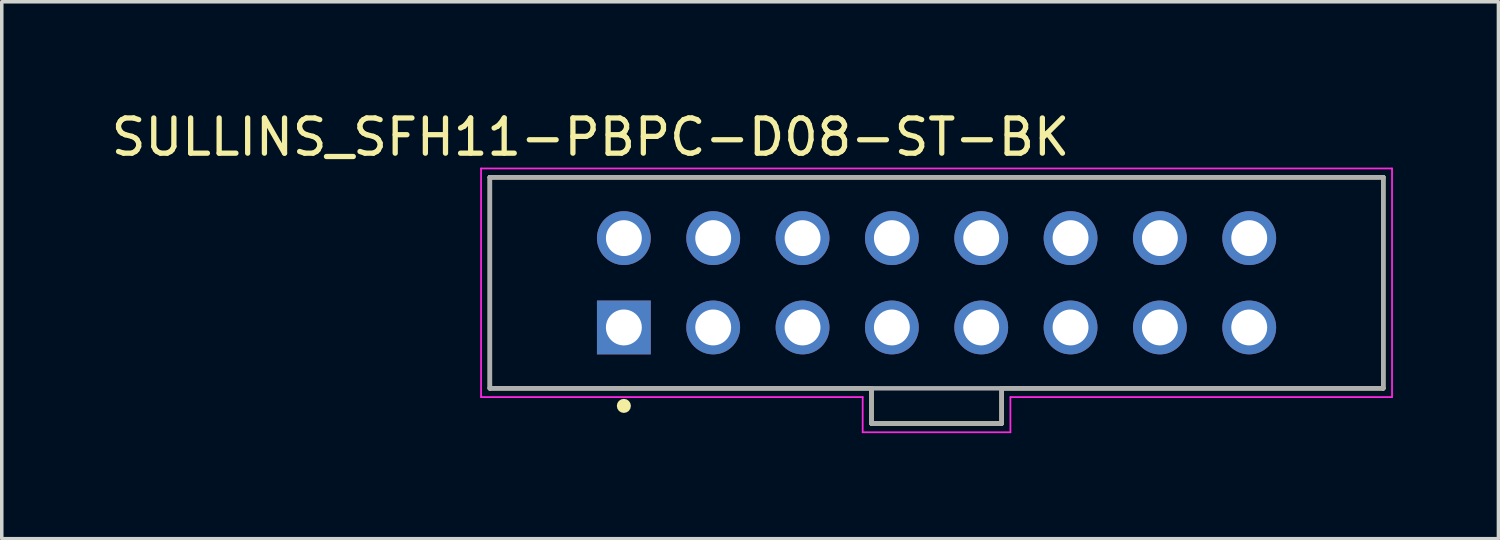
<source format=kicad_pcb>
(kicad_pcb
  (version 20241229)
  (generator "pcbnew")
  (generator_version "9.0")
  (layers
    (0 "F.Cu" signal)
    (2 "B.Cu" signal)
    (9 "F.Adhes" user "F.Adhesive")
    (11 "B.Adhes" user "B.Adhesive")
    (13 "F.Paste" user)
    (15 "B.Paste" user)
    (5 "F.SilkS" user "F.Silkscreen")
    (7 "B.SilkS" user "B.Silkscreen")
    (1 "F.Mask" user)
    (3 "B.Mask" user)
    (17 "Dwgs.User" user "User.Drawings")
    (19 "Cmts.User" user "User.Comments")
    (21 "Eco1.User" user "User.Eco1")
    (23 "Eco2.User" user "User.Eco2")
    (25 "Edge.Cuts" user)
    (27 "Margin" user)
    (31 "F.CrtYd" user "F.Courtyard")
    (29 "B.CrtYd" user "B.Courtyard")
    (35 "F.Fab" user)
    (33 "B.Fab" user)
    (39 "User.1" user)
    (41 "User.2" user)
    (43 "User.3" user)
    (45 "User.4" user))
  (footprint "SULLINS_SFH11-PBPC-D08-ST-BK"
    (layer "F.Cu")
    (at 23.577 4.99)
    (property "Reference" "SULLINS_SFH11-PBPC-D08-ST-BK" (at -9.838 -4.141 0) (layer "F.SilkS") (effects (font (size 1.001 1.001) (thickness 0.15))))
    (attr through_hole)
    (fp_line (start -12.7 -3) (end 12.7 -3) (stroke (width 0.127) (type solid)) (layer "F.SilkS"))
    (fp_line (start -12.7 3) (end -12.7 -3) (stroke (width 0.127) (type solid)) (layer "F.SilkS"))
    (fp_line (start -1.85 3) (end -12.7 3) (stroke (width 0.127) (type solid)) (layer "F.SilkS"))
    (fp_line (start -1.85 3) (end -1.85 4) (stroke (width 0.127) (type solid)) (layer "F.SilkS"))
    (fp_line (start -1.85 4) (end 1.85 4) (stroke (width 0.127) (type solid)) (layer "F.SilkS"))
    (fp_line (start 1.85 4) (end 1.85 3) (stroke (width 0.127) (type solid)) (layer "F.SilkS"))
    (fp_line (start 12.7 -3) (end 12.7 3) (stroke (width 0.127) (type solid)) (layer "F.SilkS"))
    (fp_line (start 12.7 3) (end 1.85 3) (stroke (width 0.127) (type solid)) (layer "F.SilkS"))
    (fp_circle (center -8.89 3.5) (end -8.79 3.5) (stroke (width 0.2) (type solid)) (fill no) (layer "F.SilkS"))
    (fp_line (start -12.95 -3.25) (end 12.95 -3.25) (stroke (width 0.05) (type solid)) (layer "F.CrtYd"))
    (fp_line (start -12.95 3.25) (end -12.95 -3.25) (stroke (width 0.05) (type solid)) (layer "F.CrtYd"))
    (fp_line (start -2.1 3.25) (end -12.95 3.25) (stroke (width 0.05) (type solid)) (layer "F.CrtYd"))
    (fp_line (start -2.1 4.25) (end -2.1 3.25) (stroke (width 0.05) (type solid)) (layer "F.CrtYd"))
    (fp_line (start 2.1 3.25) (end 2.1 4.25) (stroke (width 0.05) (type solid)) (layer "F.CrtYd"))
    (fp_line (start 2.1 4.25) (end -2.1 4.25) (stroke (width 0.05) (type solid)) (layer "F.CrtYd"))
    (fp_line (start 12.95 -3.25) (end 12.95 3.25) (stroke (width 0.05) (type solid)) (layer "F.CrtYd"))
    (fp_line (start 12.95 3.25) (end 2.1 3.25) (stroke (width 0.05) (type solid)) (layer "F.CrtYd"))
    (fp_line (start -12.7 -3) (end 12.7 -3) (stroke (width 0.127) (type solid)) (layer "F.Fab"))
    (fp_line (start -12.7 3) (end -12.7 -3) (stroke (width 0.127) (type solid)) (layer "F.Fab"))
    (fp_line (start -1.85 3) (end -12.7 3) (stroke (width 0.127) (type solid)) (layer "F.Fab"))
    (fp_line (start -1.85 3) (end -1.85 4) (stroke (width 0.127) (type solid)) (layer "F.Fab"))
    (fp_line (start -1.85 4) (end 1.85 4) (stroke (width 0.127) (type solid)) (layer "F.Fab"))
    (fp_line (start 1.85 3) (end -1.85 3) (stroke (width 0.127) (type solid)) (layer "F.Fab"))
    (fp_line (start 1.85 4) (end 1.85 3) (stroke (width 0.127) (type solid)) (layer "F.Fab"))
    (fp_line (start 12.7 -3) (end 12.7 3) (stroke (width 0.127) (type solid)) (layer "F.Fab"))
    (fp_line (start 12.7 3) (end 1.85 3) (stroke (width 0.127) (type solid)) (layer "F.Fab"))
    (pad "1" thru_hole rect (at -8.89 1.27) (size 1.53 1.53) (drill 1.02) (layers "*.Cu" "*.Mask"))
    (pad "2" thru_hole circle (at -8.89 -1.27) (size 1.53 1.53) (drill 1.02) (layers "*.Cu" "B.Mask"))
    (pad "3" thru_hole circle (at -6.35 1.27) (size 1.53 1.53) (drill 1.02) (layers "*.Cu" "*.Mask"))
    (pad "4" thru_hole circle (at -6.35 -1.27) (size 1.53 1.53) (drill 1.02) (layers "*.Cu" "*.Mask"))
    (pad "5" thru_hole circle (at -3.81 1.27) (size 1.53 1.53) (drill 1.02) (layers "*.Cu" "*.Mask"))
    (pad "6" thru_hole circle (at -3.81 -1.27) (size 1.53 1.53) (drill 1.02) (layers "*.Cu" "*.Mask"))
    (pad "7" thru_hole circle (at -1.27 1.27) (size 1.53 1.53) (drill 1.02) (layers "*.Cu" "*.Mask"))
    (pad "8" thru_hole circle (at -1.27 -1.27) (size 1.53 1.53) (drill 1.02) (layers "*.Cu" "*.Mask"))
    (pad "9" thru_hole circle (at 1.27 1.27) (size 1.53 1.53) (drill 1.02) (layers "*.Cu" "*.Mask"))
    (pad "10" thru_hole circle (at 1.27 -1.27) (size 1.53 1.53) (drill 1.02) (layers "*.Cu" "*.Mask"))
    (pad "11" thru_hole circle (at 3.81 1.27) (size 1.53 1.53) (drill 1.02) (layers "*.Cu" "*.Mask"))
    (pad "12" thru_hole circle (at 3.81 -1.27) (size 1.53 1.53) (drill 1.02) (layers "*.Cu" "*.Mask"))
    (pad "13" thru_hole circle (at 6.35 1.27) (size 1.53 1.53) (drill 1.02) (layers "*.Cu" "*.Mask"))
    (pad "14" thru_hole circle (at 6.35 -1.27) (size 1.53 1.53) (drill 1.02) (layers "*.Cu" "*.Mask"))
    (pad "15" thru_hole circle (at 8.89 1.27) (size 1.53 1.53) (drill 1.02) (layers "*.Cu" "*.Mask"))
    (pad "16" thru_hole circle (at 8.89 -1.27) (size 1.53 1.53) (drill 1.02) (layers "*.Cu" "*.Mask")))
  (gr_rect
    (start -3 -3)
    (end 39.552 12.265)
    (stroke (width 0.1) (type default))
    (fill no)
    (layer "Edge.Cuts")))
</source>
